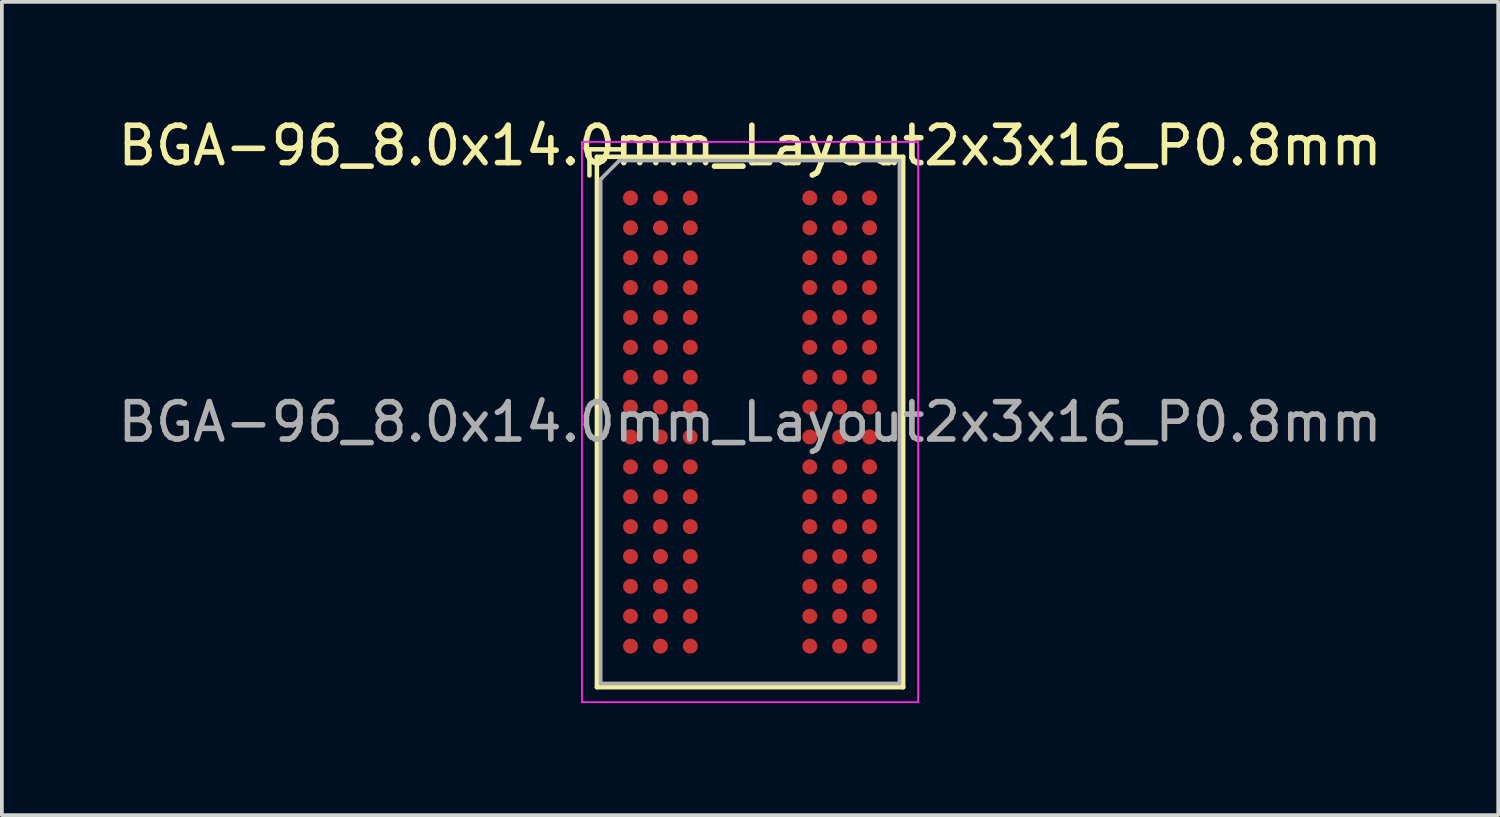
<source format=kicad_pcb>
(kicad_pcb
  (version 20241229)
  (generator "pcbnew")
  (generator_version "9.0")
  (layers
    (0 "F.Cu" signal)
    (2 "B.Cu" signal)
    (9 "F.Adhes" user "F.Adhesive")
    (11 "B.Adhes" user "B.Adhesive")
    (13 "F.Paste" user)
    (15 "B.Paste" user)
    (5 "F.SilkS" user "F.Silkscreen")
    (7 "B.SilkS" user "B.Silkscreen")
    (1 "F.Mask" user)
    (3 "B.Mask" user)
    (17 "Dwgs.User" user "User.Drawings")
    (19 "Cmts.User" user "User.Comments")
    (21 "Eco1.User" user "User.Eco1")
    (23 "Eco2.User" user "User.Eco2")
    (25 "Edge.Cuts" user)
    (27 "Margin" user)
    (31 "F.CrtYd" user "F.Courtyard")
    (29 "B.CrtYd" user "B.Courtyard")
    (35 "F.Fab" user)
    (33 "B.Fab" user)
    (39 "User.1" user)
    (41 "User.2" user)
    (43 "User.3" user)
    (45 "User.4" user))
  (footprint "BGA-96_8.0x14.0mm_Layout2x3x16_P0.8mm"
    (layer "F.Cu")
    (at 17.03 8.248)
    (property "Reference" "BGA-96_8.0x14.0mm_Layout2x3x16_P0.8mm" (at 0 -7.4 0) (layer "F.SilkS") (effects (font (size 1 1) (thickness 0.15))))
    (attr smd)
    (fp_line (start -4.3 -7.3) (end -4.3 -6.6) (stroke (width 0.12) (type solid)) (layer "F.SilkS"))
    (fp_line (start -4.1 -7.1) (end -4.1 7.1) (stroke (width 0.12) (type solid)) (layer "F.SilkS"))
    (fp_line (start -4.1 7.1) (end 4.1 7.1) (stroke (width 0.12) (type solid)) (layer "F.SilkS"))
    (fp_line (start -3.4 -7.3) (end -4.3 -7.3) (stroke (width 0.12) (type solid)) (layer "F.SilkS"))
    (fp_line (start 4.1 -7.1) (end -4.1 -7.1) (stroke (width 0.12) (type solid)) (layer "F.SilkS"))
    (fp_line (start 4.1 7.1) (end 4.1 -7.1) (stroke (width 0.12) (type solid)) (layer "F.SilkS"))
    (fp_line (start -4.5 -7.5) (end -4.5 7.5) (stroke (width 0.05) (type solid)) (layer "F.CrtYd"))
    (fp_line (start -4.5 -7.5) (end 4.5 -7.5) (stroke (width 0.05) (type solid)) (layer "F.CrtYd"))
    (fp_line (start 4.5 7.5) (end -4.5 7.5) (stroke (width 0.05) (type solid)) (layer "F.CrtYd"))
    (fp_line (start 4.5 7.5) (end 4.5 -7.5) (stroke (width 0.05) (type solid)) (layer "F.CrtYd"))
    (fp_line (start -4 -6.5) (end -4 7) (stroke (width 0.1) (type solid)) (layer "F.Fab"))
    (fp_line (start -4 7) (end 4 7) (stroke (width 0.1) (type solid)) (layer "F.Fab"))
    (fp_line (start -3.5 -7) (end -4 -6.5) (stroke (width 0.1) (type solid)) (layer "F.Fab"))
    (fp_line (start 4 -7) (end -3.5 -7) (stroke (width 0.1) (type solid)) (layer "F.Fab"))
    (fp_line (start 4 7) (end 4 -7) (stroke (width 0.1) (type solid)) (layer "F.Fab"))
    (fp_text user "${REFERENCE}" (at 0 0 0) (layer "F.Fab") (effects (font (size 1 1) (thickness 0.15))))
    (pad "A1" smd circle (at -3.2 -6) (size 0.4 0.4) (layers "F.Cu" "F.Mask" "F.Paste"))
    (pad "A2" smd circle (at -2.4 -6) (size 0.4 0.4) (layers "F.Cu" "F.Mask" "F.Paste"))
    (pad "A3" smd circle (at -1.6 -6) (size 0.4 0.4) (layers "F.Cu" "F.Mask" "F.Paste"))
    (pad "A7" smd circle (at 1.6 -6) (size 0.4 0.4) (layers "F.Cu" "F.Mask" "F.Paste"))
    (pad "A8" smd circle (at 2.4 -6) (size 0.4 0.4) (layers "F.Cu" "F.Mask" "F.Paste"))
    (pad "A9" smd circle (at 3.2 -6) (size 0.4 0.4) (layers "F.Cu" "F.Mask" "F.Paste"))
    (pad "B1" smd circle (at -3.2 -5.2) (size 0.4 0.4) (layers "F.Cu" "F.Mask" "F.Paste"))
    (pad "B2" smd circle (at -2.4 -5.2) (size 0.4 0.4) (layers "F.Cu" "F.Mask" "F.Paste"))
    (pad "B3" smd circle (at -1.6 -5.2) (size 0.4 0.4) (layers "F.Cu" "F.Mask" "F.Paste"))
    (pad "B7" smd circle (at 1.6 -5.2) (size 0.4 0.4) (layers "F.Cu" "F.Mask" "F.Paste"))
    (pad "B8" smd circle (at 2.4 -5.2) (size 0.4 0.4) (layers "F.Cu" "F.Mask" "F.Paste"))
    (pad "B9" smd circle (at 3.2 -5.2) (size 0.4 0.4) (layers "F.Cu" "F.Mask" "F.Paste"))
    (pad "C1" smd circle (at -3.2 -4.4) (size 0.4 0.4) (layers "F.Cu" "F.Mask" "F.Paste"))
    (pad "C2" smd circle (at -2.4 -4.4) (size 0.4 0.4) (layers "F.Cu" "F.Mask" "F.Paste"))
    (pad "C3" smd circle (at -1.6 -4.4) (size 0.4 0.4) (layers "F.Cu" "F.Mask" "F.Paste"))
    (pad "C7" smd circle (at 1.6 -4.4) (size 0.4 0.4) (layers "F.Cu" "F.Mask" "F.Paste"))
    (pad "C8" smd circle (at 2.4 -4.4) (size 0.4 0.4) (layers "F.Cu" "F.Mask" "F.Paste"))
    (pad "C9" smd circle (at 3.2 -4.4) (size 0.4 0.4) (layers "F.Cu" "F.Mask" "F.Paste"))
    (pad "D1" smd circle (at -3.2 -3.6) (size 0.4 0.4) (layers "F.Cu" "F.Mask" "F.Paste"))
    (pad "D2" smd circle (at -2.4 -3.6) (size 0.4 0.4) (layers "F.Cu" "F.Mask" "F.Paste"))
    (pad "D3" smd circle (at -1.6 -3.6) (size 0.4 0.4) (layers "F.Cu" "F.Mask" "F.Paste"))
    (pad "D7" smd circle (at 1.6 -3.6) (size 0.4 0.4) (layers "F.Cu" "F.Mask" "F.Paste"))
    (pad "D8" smd circle (at 2.4 -3.6) (size 0.4 0.4) (layers "F.Cu" "F.Mask" "F.Paste"))
    (pad "D9" smd circle (at 3.2 -3.6) (size 0.4 0.4) (layers "F.Cu" "F.Mask" "F.Paste"))
    (pad "E1" smd circle (at -3.2 -2.8) (size 0.4 0.4) (layers "F.Cu" "F.Mask" "F.Paste"))
    (pad "E2" smd circle (at -2.4 -2.8) (size 0.4 0.4) (layers "F.Cu" "F.Mask" "F.Paste"))
    (pad "E3" smd circle (at -1.6 -2.8) (size 0.4 0.4) (layers "F.Cu" "F.Mask" "F.Paste"))
    (pad "E7" smd circle (at 1.6 -2.8) (size 0.4 0.4) (layers "F.Cu" "F.Mask" "F.Paste"))
    (pad "E8" smd circle (at 2.4 -2.8) (size 0.4 0.4) (layers "F.Cu" "F.Mask" "F.Paste"))
    (pad "E9" smd circle (at 3.2 -2.8) (size 0.4 0.4) (layers "F.Cu" "F.Mask" "F.Paste"))
    (pad "F1" smd circle (at -3.2 -2) (size 0.4 0.4) (layers "F.Cu" "F.Mask" "F.Paste"))
    (pad "F2" smd circle (at -2.4 -2) (size 0.4 0.4) (layers "F.Cu" "F.Mask" "F.Paste"))
    (pad "F3" smd circle (at -1.6 -2) (size 0.4 0.4) (layers "F.Cu" "F.Mask" "F.Paste"))
    (pad "F7" smd circle (at 1.6 -2) (size 0.4 0.4) (layers "F.Cu" "F.Mask" "F.Paste"))
    (pad "F8" smd circle (at 2.4 -2) (size 0.4 0.4) (layers "F.Cu" "F.Mask" "F.Paste"))
    (pad "F9" smd circle (at 3.2 -2) (size 0.4 0.4) (layers "F.Cu" "F.Mask" "F.Paste"))
    (pad "G1" smd circle (at -3.2 -1.2) (size 0.4 0.4) (layers "F.Cu" "F.Mask" "F.Paste"))
    (pad "G2" smd circle (at -2.4 -1.2) (size 0.4 0.4) (layers "F.Cu" "F.Mask" "F.Paste"))
    (pad "G3" smd circle (at -1.6 -1.2) (size 0.4 0.4) (layers "F.Cu" "F.Mask" "F.Paste"))
    (pad "G7" smd circle (at 1.6 -1.2) (size 0.4 0.4) (layers "F.Cu" "F.Mask" "F.Paste"))
    (pad "G8" smd circle (at 2.4 -1.2) (size 0.4 0.4) (layers "F.Cu" "F.Mask" "F.Paste"))
    (pad "G9" smd circle (at 3.2 -1.2) (size 0.4 0.4) (layers "F.Cu" "F.Mask" "F.Paste"))
    (pad "H1" smd circle (at -3.2 -0.4) (size 0.4 0.4) (layers "F.Cu" "F.Mask" "F.Paste"))
    (pad "H2" smd circle (at -2.4 -0.4) (size 0.4 0.4) (layers "F.Cu" "F.Mask" "F.Paste"))
    (pad "H3" smd circle (at -1.6 -0.4) (size 0.4 0.4) (layers "F.Cu" "F.Mask" "F.Paste"))
    (pad "H7" smd circle (at 1.6 -0.4) (size 0.4 0.4) (layers "F.Cu" "F.Mask" "F.Paste"))
    (pad "H8" smd circle (at 2.4 -0.4) (size 0.4 0.4) (layers "F.Cu" "F.Mask" "F.Paste"))
    (pad "H9" smd circle (at 3.2 -0.4) (size 0.4 0.4) (layers "F.Cu" "F.Mask" "F.Paste"))
    (pad "J1" smd circle (at -3.2 0.4) (size 0.4 0.4) (layers "F.Cu" "F.Mask" "F.Paste"))
    (pad "J2" smd circle (at -2.4 0.4) (size 0.4 0.4) (layers "F.Cu" "F.Mask" "F.Paste"))
    (pad "J3" smd circle (at -1.6 0.4) (size 0.4 0.4) (layers "F.Cu" "F.Mask" "F.Paste"))
    (pad "J7" smd circle (at 1.6 0.4) (size 0.4 0.4) (layers "F.Cu" "F.Mask" "F.Paste"))
    (pad "J8" smd circle (at 2.4 0.4) (size 0.4 0.4) (layers "F.Cu" "F.Mask" "F.Paste"))
    (pad "J9" smd circle (at 3.2 0.4) (size 0.4 0.4) (layers "F.Cu" "F.Mask" "F.Paste"))
    (pad "K1" smd circle (at -3.2 1.2) (size 0.4 0.4) (layers "F.Cu" "F.Mask" "F.Paste"))
    (pad "K2" smd circle (at -2.4 1.2) (size 0.4 0.4) (layers "F.Cu" "F.Mask" "F.Paste"))
    (pad "K3" smd circle (at -1.6 1.2) (size 0.4 0.4) (layers "F.Cu" "F.Mask" "F.Paste"))
    (pad "K7" smd circle (at 1.6 1.2) (size 0.4 0.4) (layers "F.Cu" "F.Mask" "F.Paste"))
    (pad "K8" smd circle (at 2.4 1.2) (size 0.4 0.4) (layers "F.Cu" "F.Mask" "F.Paste"))
    (pad "K9" smd circle (at 3.2 1.2) (size 0.4 0.4) (layers "F.Cu" "F.Mask" "F.Paste"))
    (pad "L1" smd circle (at -3.2 2) (size 0.4 0.4) (layers "F.Cu" "F.Mask" "F.Paste"))
    (pad "L2" smd circle (at -2.4 2) (size 0.4 0.4) (layers "F.Cu" "F.Mask" "F.Paste"))
    (pad "L3" smd circle (at -1.6 2) (size 0.4 0.4) (layers "F.Cu" "F.Mask" "F.Paste"))
    (pad "L7" smd circle (at 1.6 2) (size 0.4 0.4) (layers "F.Cu" "F.Mask" "F.Paste"))
    (pad "L8" smd circle (at 2.4 2) (size 0.4 0.4) (layers "F.Cu" "F.Mask" "F.Paste"))
    (pad "L9" smd circle (at 3.2 2) (size 0.4 0.4) (layers "F.Cu" "F.Mask" "F.Paste"))
    (pad "M1" smd circle (at -3.2 2.8) (size 0.4 0.4) (layers "F.Cu" "F.Mask" "F.Paste"))
    (pad "M2" smd circle (at -2.4 2.8) (size 0.4 0.4) (layers "F.Cu" "F.Mask" "F.Paste"))
    (pad "M3" smd circle (at -1.6 2.8) (size 0.4 0.4) (layers "F.Cu" "F.Mask" "F.Paste"))
    (pad "M7" smd circle (at 1.6 2.8) (size 0.4 0.4) (layers "F.Cu" "F.Mask" "F.Paste"))
    (pad "M8" smd circle (at 2.4 2.8) (size 0.4 0.4) (layers "F.Cu" "F.Mask" "F.Paste"))
    (pad "M9" smd circle (at 3.2 2.8) (size 0.4 0.4) (layers "F.Cu" "F.Mask" "F.Paste"))
    (pad "N1" smd circle (at -3.2 3.6) (size 0.4 0.4) (layers "F.Cu" "F.Mask" "F.Paste"))
    (pad "N2" smd circle (at -2.4 3.6) (size 0.4 0.4) (layers "F.Cu" "F.Mask" "F.Paste"))
    (pad "N3" smd circle (at -1.6 3.6) (size 0.4 0.4) (layers "F.Cu" "F.Mask" "F.Paste"))
    (pad "N7" smd circle (at 1.6 3.6) (size 0.4 0.4) (layers "F.Cu" "F.Mask" "F.Paste"))
    (pad "N8" smd circle (at 2.4 3.6) (size 0.4 0.4) (layers "F.Cu" "F.Mask" "F.Paste"))
    (pad "N9" smd circle (at 3.2 3.6) (size 0.4 0.4) (layers "F.Cu" "F.Mask" "F.Paste"))
    (pad "P1" smd circle (at -3.2 4.4) (size 0.4 0.4) (layers "F.Cu" "F.Mask" "F.Paste"))
    (pad "P2" smd circle (at -2.4 4.4) (size 0.4 0.4) (layers "F.Cu" "F.Mask" "F.Paste"))
    (pad "P3" smd circle (at -1.6 4.4) (size 0.4 0.4) (layers "F.Cu" "F.Mask" "F.Paste"))
    (pad "P7" smd circle (at 1.6 4.4) (size 0.4 0.4) (layers "F.Cu" "F.Mask" "F.Paste"))
    (pad "P8" smd circle (at 2.4 4.4) (size 0.4 0.4) (layers "F.Cu" "F.Mask" "F.Paste"))
    (pad "P9" smd circle (at 3.2 4.4) (size 0.4 0.4) (layers "F.Cu" "F.Mask" "F.Paste"))
    (pad "R1" smd circle (at -3.2 5.2) (size 0.4 0.4) (layers "F.Cu" "F.Mask" "F.Paste"))
    (pad "R2" smd circle (at -2.4 5.2) (size 0.4 0.4) (layers "F.Cu" "F.Mask" "F.Paste"))
    (pad "R3" smd circle (at -1.6 5.2) (size 0.4 0.4) (layers "F.Cu" "F.Mask" "F.Paste"))
    (pad "R7" smd circle (at 1.6 5.2) (size 0.4 0.4) (layers "F.Cu" "F.Mask" "F.Paste"))
    (pad "R8" smd circle (at 2.4 5.2) (size 0.4 0.4) (layers "F.Cu" "F.Mask" "F.Paste"))
    (pad "R9" smd circle (at 3.2 5.2) (size 0.4 0.4) (layers "F.Cu" "F.Mask" "F.Paste"))
    (pad "T1" smd circle (at -3.2 6) (size 0.4 0.4) (layers "F.Cu" "F.Mask" "F.Paste"))
    (pad "T2" smd circle (at -2.4 6) (size 0.4 0.4) (layers "F.Cu" "F.Mask" "F.Paste"))
    (pad "T3" smd circle (at -1.6 6) (size 0.4 0.4) (layers "F.Cu" "F.Mask" "F.Paste"))
    (pad "T7" smd circle (at 1.6 6) (size 0.4 0.4) (layers "F.Cu" "F.Mask" "F.Paste"))
    (pad "T8" smd circle (at 2.4 6) (size 0.4 0.4) (layers "F.Cu" "F.Mask" "F.Paste"))
    (pad "T9" smd circle (at 3.2 6) (size 0.4 0.4) (layers "F.Cu" "F.Mask" "F.Paste")))
  (gr_rect
    (start -3 -3)
    (end 37.06 18.773)
    (stroke (width 0.1) (type default))
    (fill no)
    (layer "Edge.Cuts")))
</source>
